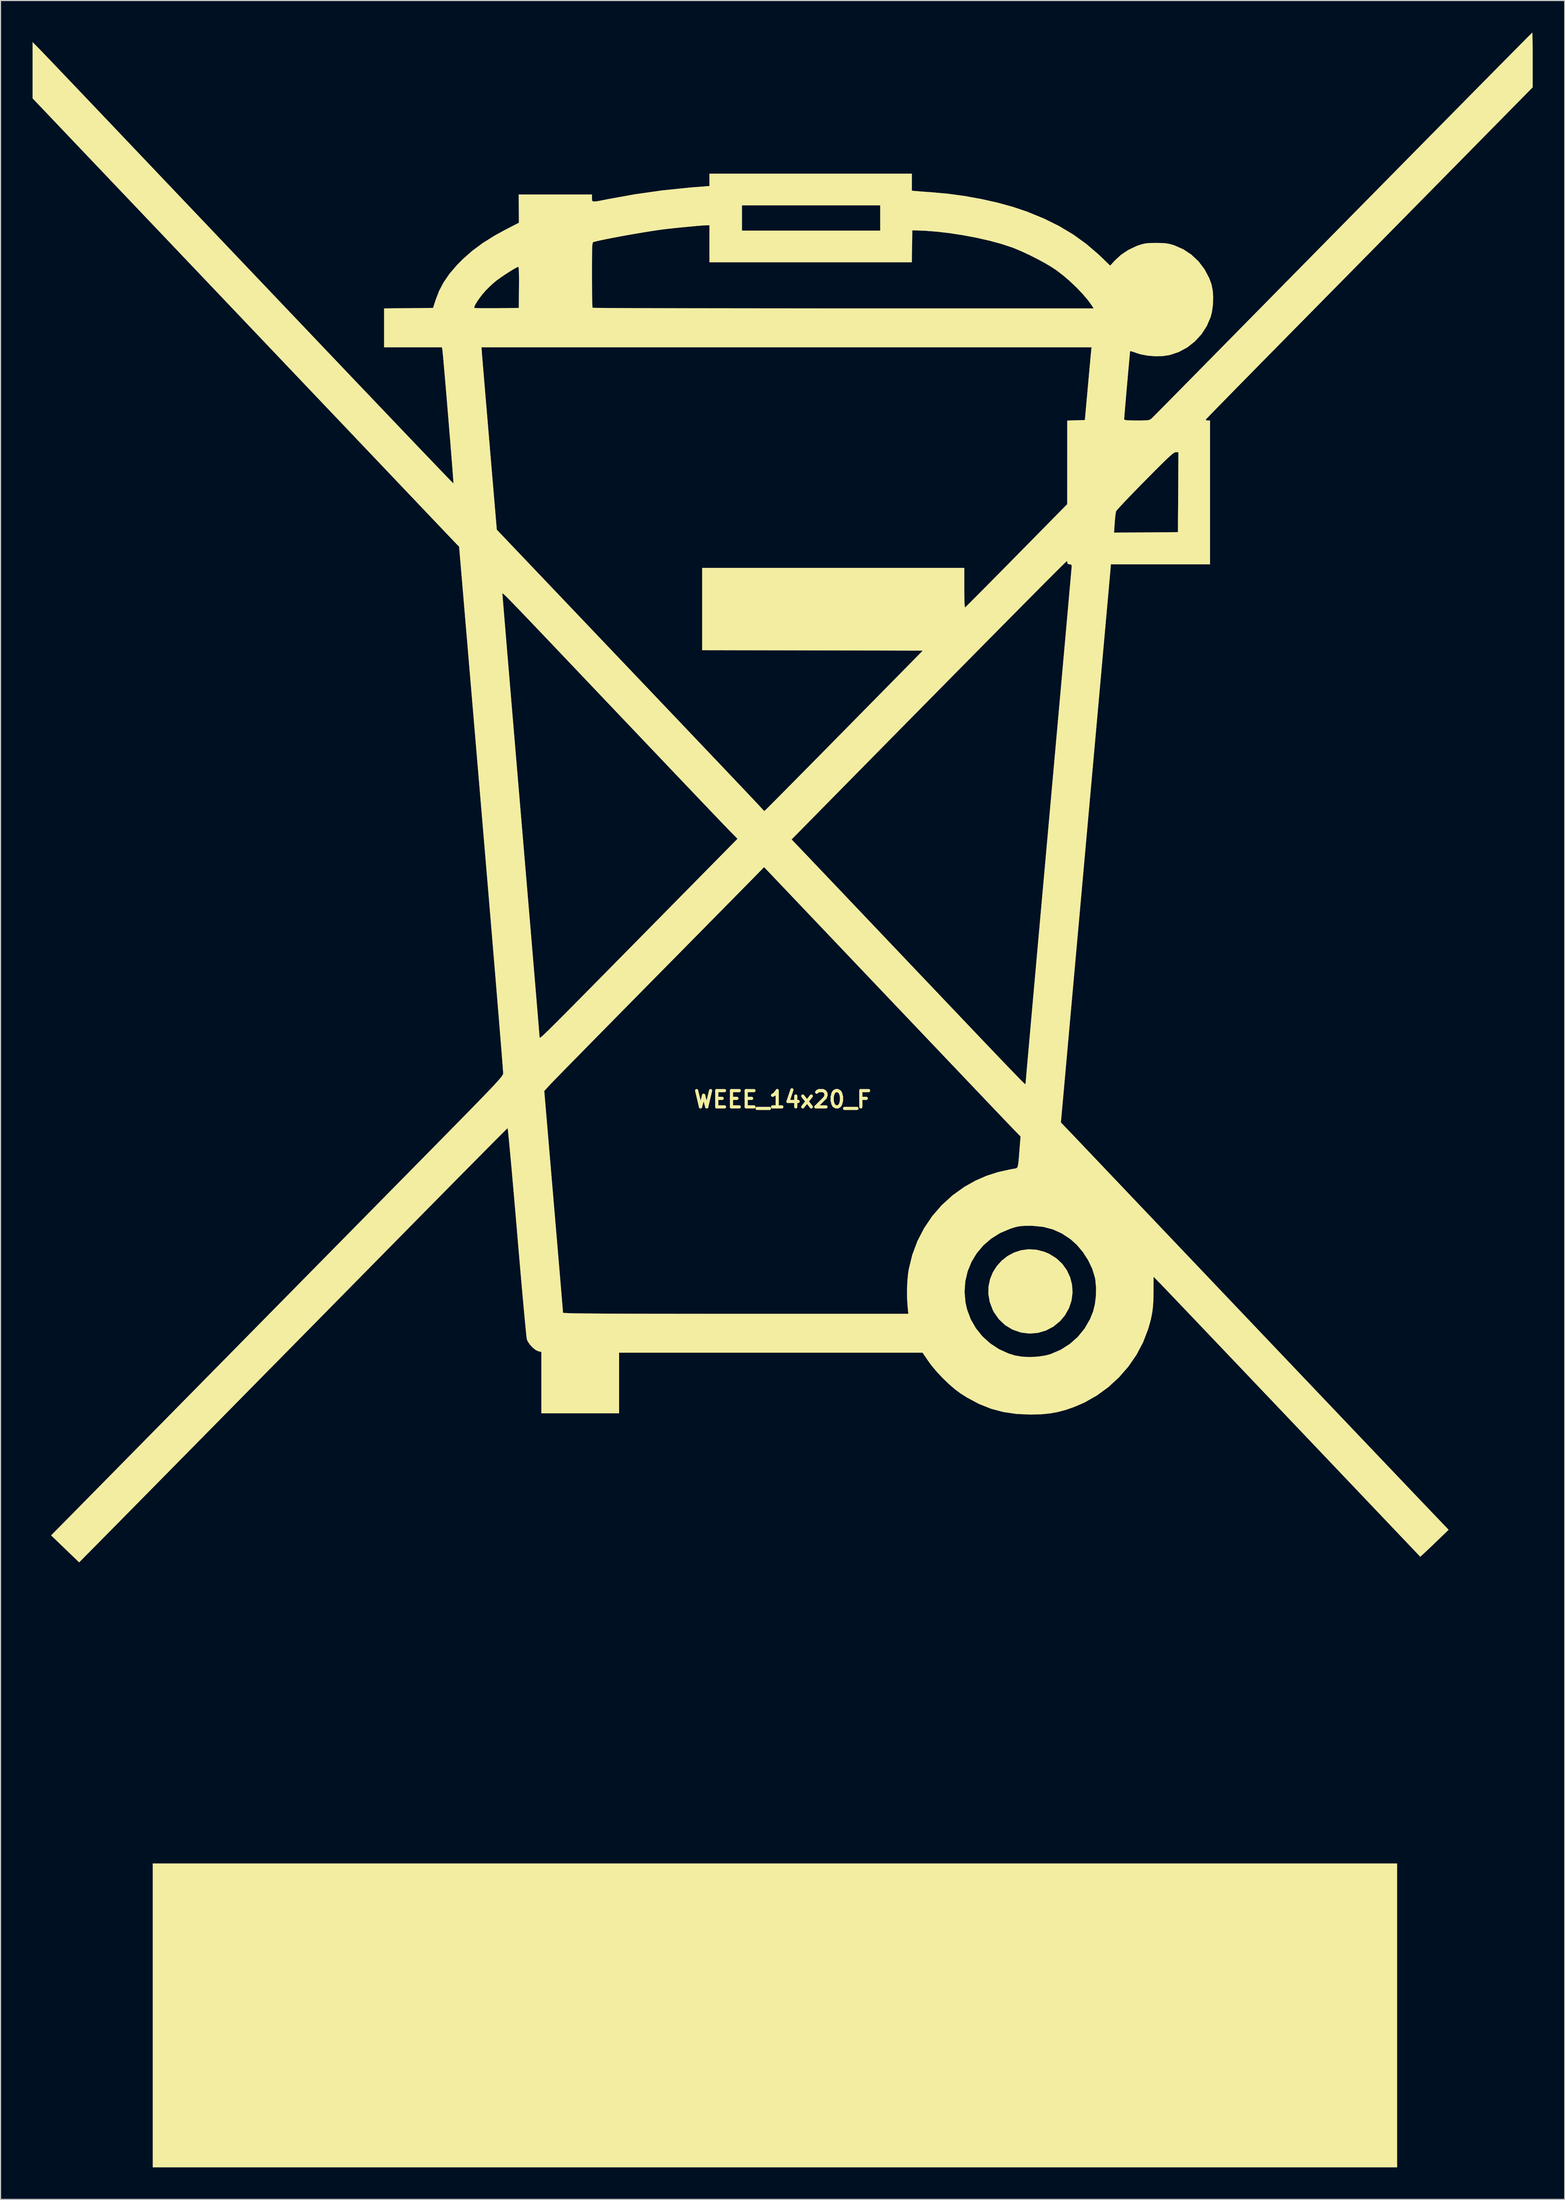
<source format=kicad_pcb>
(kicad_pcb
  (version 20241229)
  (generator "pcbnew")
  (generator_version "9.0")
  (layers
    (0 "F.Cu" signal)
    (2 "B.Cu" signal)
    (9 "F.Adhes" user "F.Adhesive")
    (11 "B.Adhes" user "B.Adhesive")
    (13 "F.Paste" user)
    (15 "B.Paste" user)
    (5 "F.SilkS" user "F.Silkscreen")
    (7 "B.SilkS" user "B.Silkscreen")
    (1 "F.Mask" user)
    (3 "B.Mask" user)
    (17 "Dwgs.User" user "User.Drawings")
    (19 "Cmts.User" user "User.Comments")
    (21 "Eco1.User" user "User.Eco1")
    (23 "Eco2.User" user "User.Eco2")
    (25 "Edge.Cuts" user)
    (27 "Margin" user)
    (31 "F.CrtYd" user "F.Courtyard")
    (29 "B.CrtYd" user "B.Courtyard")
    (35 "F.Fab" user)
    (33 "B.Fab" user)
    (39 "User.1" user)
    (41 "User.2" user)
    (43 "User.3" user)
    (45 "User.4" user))
  (footprint "WEEE_14x20_F"
    (layer "F.Cu")
    (at 70.278 99.912)
    (property "Reference" "WEEE_14x20_F" (at 0 0 0) (layer "F.SilkS") (effects (font (size 1.524 1.524) (thickness 0.3))))
    (attr through_hole)
    (fp_poly (pts (xy 57.573 99.991) (xy -59.013 99.991) (xy -59.013 71.543) (xy 57.573 71.543) (xy 57.573 99.991)) (stroke (width 0.01) (type solid)) (fill yes) (layer "F.SilkS"))
    (fp_poly (pts (xy 23.782 14.066) (xy 24.53 14.26) (xy 24.961 14.443) (xy 25.641 14.863) (xy 26.2 15.384) (xy 26.635 15.988) (xy 26.942 16.653) (xy 27.12 17.359) (xy 27.163 18.087) (xy 27.069 18.817) (xy 26.835 19.529) (xy 26.458 20.201) (xy 25.987 20.762) (xy 25.366 21.268) (xy 24.667 21.634) (xy 23.915 21.852) (xy 23.132 21.916) (xy 22.344 21.82) (xy 22.297 21.808) (xy 21.53 21.539) (xy 20.85 21.127) (xy 20.27 20.584) (xy 19.804 19.923) (xy 19.693 19.712) (xy 19.408 18.961) (xy 19.279 18.219) (xy 19.294 17.497) (xy 19.44 16.81) (xy 19.704 16.169) (xy 20.073 15.588) (xy 20.535 15.079) (xy 21.076 14.655) (xy 21.685 14.329) (xy 22.347 14.114) (xy 23.05 14.022) (xy 23.782 14.066)) (stroke (width 0.01) (type solid)) (fill yes) (layer "F.SilkS"))
    (fp_poly (pts (xy 70.248 -99.825) (xy 70.256 -99.595) (xy 70.262 -99.237) (xy 70.268 -98.772) (xy 70.271 -98.219) (xy 70.273 -97.601) (xy 70.273 -97.345) (xy 70.273 -94.783) (xy 62.683 -87.079) (xy 61.556 -85.935) (xy 60.33 -84.691) (xy 59.025 -83.368) (xy 57.662 -81.985) (xy 56.26 -80.563) (xy 54.839 -79.122) (xy 53.421 -77.683) (xy 52.023 -76.266) (xy 50.668 -74.892) (xy 49.374 -73.58) (xy 48.163 -72.352) (xy 47.379 -71.558) (xy 46.431 -70.596) (xy 45.516 -69.668) (xy 44.641 -68.779) (xy 43.813 -67.937) (xy 43.039 -67.15) (xy 42.326 -66.424) (xy 41.682 -65.767) (xy 41.113 -65.186) (xy 40.626 -64.688) (xy 40.228 -64.28) (xy 39.927 -63.969) (xy 39.729 -63.762) (xy 39.642 -63.668) (xy 39.638 -63.663) (xy 39.688 -63.605) (xy 39.829 -63.585) (xy 40.047 -63.585) (xy 40.047 -50.123) (xy 30.759 -50.123) (xy 30.707 -49.509) (xy 30.695 -49.375) (xy 30.669 -49.08) (xy 30.628 -48.629) (xy 30.575 -48.03) (xy 30.509 -47.289) (xy 30.43 -46.413) (xy 30.34 -45.408) (xy 30.239 -44.282) (xy 30.128 -43.04) (xy 30.007 -41.69) (xy 29.877 -40.239) (xy 29.738 -38.692) (xy 29.592 -37.057) (xy 29.438 -35.341) (xy 29.277 -33.55) (xy 29.11 -31.69) (xy 28.938 -29.77) (xy 28.761 -27.794) (xy 28.579 -25.77) (xy 28.394 -23.705) (xy 28.364 -23.372) (xy 26.073 2.15) (xy 26.528 2.62) (xy 26.661 2.76) (xy 26.901 3.01) (xy 27.236 3.362) (xy 27.656 3.803) (xy 28.151 4.322) (xy 28.708 4.908) (xy 29.319 5.55) (xy 29.973 6.237) (xy 30.658 6.957) (xy 31.167 7.493) (xy 31.878 8.241) (xy 32.673 9.076) (xy 33.544 9.992) (xy 34.485 10.981) (xy 35.488 12.035) (xy 36.546 13.148) (xy 37.653 14.311) (xy 38.801 15.517) (xy 39.983 16.759) (xy 41.191 18.029) (xy 42.42 19.32) (xy 43.661 20.624) (xy 44.908 21.934) (xy 46.153 23.242) (xy 47.39 24.541) (xy 48.611 25.823) (xy 49.809 27.081) (xy 50.977 28.308) (xy 52.108 29.496) (xy 53.195 30.637) (xy 54.23 31.724) (xy 55.207 32.75) (xy 56.119 33.707) (xy 56.958 34.588) (xy 57.717 35.385) (xy 58.39 36.09) (xy 58.968 36.697) (xy 59.446 37.198) (xy 59.815 37.585) (xy 59.877 37.65) (xy 62.399 40.29) (xy 61.489 41.169) (xy 61.127 41.517) (xy 60.769 41.859) (xy 60.451 42.161) (xy 60.21 42.388) (xy 60.163 42.431) (xy 59.748 42.816) (xy 47.855 30.319) (xy 46.677 29.081) (xy 45.524 27.87) (xy 44.403 26.693) (xy 43.321 25.555) (xy 42.281 24.464) (xy 41.292 23.425) (xy 40.357 22.445) (xy 39.484 21.528) (xy 38.678 20.683) (xy 37.945 19.914) (xy 37.29 19.228) (xy 36.72 18.63) (xy 36.241 18.128) (xy 35.857 17.728) (xy 35.576 17.434) (xy 35.403 17.254) (xy 35.359 17.209) (xy 34.756 16.596) (xy 34.753 18.014) (xy 34.74 18.777) (xy 34.698 19.427) (xy 34.62 20.018) (xy 34.498 20.606) (xy 34.324 21.243) (xy 34.234 21.537) (xy 33.763 22.76) (xy 33.142 23.925) (xy 32.385 25.018) (xy 31.507 26.024) (xy 30.522 26.928) (xy 29.442 27.716) (xy 28.284 28.372) (xy 27.335 28.783) (xy 26.528 29.063) (xy 25.777 29.264) (xy 25.028 29.398) (xy 24.226 29.473) (xy 23.318 29.498) (xy 23.241 29.499) (xy 21.918 29.442) (xy 20.692 29.265) (xy 19.532 28.957) (xy 18.407 28.509) (xy 17.288 27.913) (xy 16.679 27.529) (xy 16.151 27.136) (xy 15.574 26.638) (xy 14.987 26.073) (xy 14.431 25.479) (xy 13.942 24.896) (xy 13.645 24.49) (xy 13.114 23.707) (xy -15.325 23.707) (xy -15.325 29.379) (xy -22.606 29.379) (xy -22.606 23.635) (xy -22.871 23.577) (xy -23.129 23.458) (xy -23.414 23.232) (xy -23.681 22.946) (xy -23.884 22.645) (xy -23.961 22.466) (xy -23.981 22.34) (xy -24.013 22.057) (xy -24.058 21.626) (xy -24.113 21.06) (xy -24.179 20.369) (xy -24.253 19.565) (xy -24.336 18.657) (xy -24.425 17.658) (xy -24.521 16.578) (xy -24.621 15.428) (xy -24.725 14.219) (xy -24.832 12.962) (xy -24.88 12.404) (xy -24.987 11.137) (xy -25.092 9.919) (xy -25.192 8.76) (xy -25.288 7.67) (xy -25.378 6.659) (xy -25.461 5.739) (xy -25.537 4.92) (xy -25.603 4.211) (xy -25.66 3.625) (xy -25.706 3.171) (xy -25.741 2.859) (xy -25.763 2.7) (xy -25.769 2.682) (xy -25.835 2.743) (xy -26.013 2.918) (xy -26.298 3.201) (xy -26.683 3.587) (xy -27.161 4.068) (xy -27.728 4.638) (xy -28.375 5.291) (xy -29.098 6.021) (xy -29.89 6.821) (xy -30.745 7.685) (xy -31.657 8.607) (xy -32.618 9.581) (xy -33.624 10.6) (xy -34.668 11.658) (xy -35.709 12.715) (xy -37.661 14.696) (xy -39.575 16.638) (xy -41.448 18.537) (xy -43.274 20.391) (xy -45.052 22.195) (xy -46.778 23.945) (xy -48.447 25.638) (xy -50.055 27.27) (xy -51.601 28.838) (xy -53.079 30.337) (xy -54.486 31.764) (xy -55.819 33.116) (xy -57.074 34.388) (xy -58.247 35.578) (xy -59.334 36.68) (xy -60.332 37.692) (xy -61.238 38.61) (xy -62.047 39.43) (xy -62.756 40.149) (xy -63.362 40.762) (xy -63.86 41.266) (xy -64.247 41.658) (xy -64.52 41.934) (xy -64.554 41.968) (xy -65.913 43.339) (xy -67.225 42.077) (xy -68.538 40.814) (xy -67.175 39.436) (xy -66.977 39.235) (xy -66.667 38.921) (xy -66.251 38.499) (xy -65.736 37.977) (xy -65.128 37.36) (xy -64.435 36.657) (xy -63.662 35.873) (xy -62.816 35.015) (xy -61.905 34.09) (xy -60.933 33.105) (xy -59.909 32.066) (xy -58.839 30.98) (xy -57.728 29.853) (xy -56.585 28.693) (xy -55.415 27.506) (xy -54.225 26.298) (xy -54.132 26.204) (xy -52.815 24.867) (xy -51.442 23.475) (xy -50.029 22.04) (xy -48.585 20.575) (xy -47.125 19.094) (xy -45.66 17.607) (xy -44.203 16.129) (xy -42.766 14.671) (xy -41.361 13.245) (xy -40.001 11.866) (xy -38.699 10.544) (xy -37.466 9.293) (xy -36.315 8.126) (xy -35.258 7.054) (xy -34.328 6.11) (xy -33.178 4.944) (xy -32.142 3.892) (xy -31.213 2.948) (xy -30.386 2.106) (xy -29.654 1.36) (xy -29.012 0.704) (xy -28.454 0.131) (xy -27.974 -0.364) (xy -27.566 -0.788) (xy -27.554 -0.801) (xy -22.334 -0.801) (xy -21.457 9.527) (xy -21.346 10.834) (xy -21.239 12.095) (xy -21.136 13.3) (xy -21.04 14.438) (xy -20.95 15.498) (xy -20.868 16.471) (xy -20.795 17.346) (xy -20.73 18.113) (xy -20.676 18.761) (xy -20.632 19.28) (xy -20.601 19.66) (xy -20.582 19.89) (xy -20.577 19.96) (xy -20.546 19.973) (xy -20.452 19.985) (xy -20.287 19.997) (xy -20.046 20.007) (xy -19.723 20.016) (xy -19.311 20.024) (xy -18.805 20.031) (xy -18.199 20.038) (xy -17.487 20.044) (xy -16.662 20.049) (xy -15.718 20.053) (xy -14.65 20.056) (xy -13.452 20.059) (xy -12.117 20.062) (xy -10.639 20.063) (xy -9.013 20.065) (xy -7.232 20.066) (xy -5.291 20.066) (xy -4.397 20.066) (xy 11.78 20.066) (xy 11.711 19.367) (xy 11.664 18.643) (xy 11.658 17.997) (xy 17.046 17.997) (xy 17.132 18.988) (xy 17.278 19.645) (xy 17.619 20.565) (xy 18.104 21.413) (xy 18.718 22.174) (xy 19.445 22.833) (xy 20.272 23.376) (xy 21.182 23.789) (xy 21.775 23.971) (xy 22.427 24.081) (xy 23.164 24.116) (xy 23.924 24.076) (xy 24.641 23.965) (xy 25.104 23.84) (xy 26.052 23.434) (xy 26.908 22.891) (xy 27.66 22.224) (xy 28.296 21.443) (xy 28.804 20.562) (xy 29.089 19.854) (xy 29.259 19.172) (xy 29.353 18.405) (xy 29.368 17.618) (xy 29.3 16.88) (xy 29.263 16.679) (xy 29.017 15.869) (xy 28.634 15.058) (xy 28.138 14.288) (xy 27.556 13.599) (xy 26.971 13.076) (xy 26.161 12.541) (xy 25.317 12.16) (xy 24.416 11.924) (xy 23.435 11.827) (xy 23.156 11.823) (xy 22.694 11.829) (xy 22.342 11.85) (xy 22.043 11.894) (xy 21.739 11.969) (xy 21.37 12.086) (xy 21.317 12.104) (xy 20.374 12.505) (xy 19.532 13.032) (xy 18.799 13.668) (xy 18.183 14.401) (xy 17.692 15.215) (xy 17.334 16.095) (xy 17.116 17.028) (xy 17.046 17.997) (xy 11.658 17.997) (xy 11.657 17.856) (xy 11.686 17.07) (xy 11.751 16.345) (xy 11.815 15.913) (xy 12.146 14.555) (xy 12.628 13.263) (xy 13.255 12.049) (xy 14.017 10.922) (xy 14.908 9.893) (xy 15.919 8.973) (xy 17.042 8.171) (xy 18.093 7.584) (xy 19.103 7.144) (xy 20.167 6.801) (xy 21.331 6.541) (xy 21.695 6.478) (xy 21.82 6.457) (xy 21.914 6.426) (xy 21.984 6.361) (xy 22.035 6.241) (xy 22.075 6.041) (xy 22.111 5.741) (xy 22.148 5.316) (xy 22.192 4.757) (xy 22.294 3.46) (xy 21.7 2.852) (xy 21.626 2.775) (xy 21.52 2.666) (xy 21.381 2.521) (xy 21.203 2.335) (xy 20.983 2.106) (xy 20.719 1.829) (xy 20.406 1.501) (xy 20.042 1.119) (xy 19.622 0.679) (xy 19.143 0.176) (xy 18.602 -0.392) (xy 17.995 -1.029) (xy 17.319 -1.739) (xy 16.571 -2.525) (xy 15.746 -3.391) (xy 14.842 -4.341) (xy 13.855 -5.379) (xy 12.781 -6.507) (xy 11.617 -7.73) (xy 10.36 -9.051) (xy 9.006 -10.474) (xy 7.552 -12.003) (xy 5.994 -13.64) (xy 4.328 -15.391) (xy 2.552 -17.257) (xy 1.185 -18.694) (xy -1.736 -21.764) (xy -2.713 -20.767) (xy -2.887 -20.59) (xy -3.172 -20.3) (xy -3.561 -19.905) (xy -4.046 -19.413) (xy -4.62 -18.831) (xy -5.276 -18.166) (xy -6.005 -17.427) (xy -6.8 -16.621) (xy -7.653 -15.756) (xy -8.558 -14.839) (xy -9.506 -13.878) (xy -10.49 -12.881) (xy -11.503 -11.856) (xy -12.492 -10.853) (xy -13.516 -9.816) (xy -14.512 -8.806) (xy -15.475 -7.829) (xy -16.397 -6.893) (xy -17.272 -6.005) (xy -18.091 -5.173) (xy -18.847 -4.403) (xy -19.535 -3.703) (xy -20.147 -3.08) (xy -20.675 -2.541) (xy -21.112 -2.094) (xy -21.452 -1.745) (xy -21.688 -1.502) (xy -21.811 -1.371) (xy -21.814 -1.369) (xy -22.334 -0.801) (xy -27.554 -0.801) (xy -27.225 -1.147) (xy -26.945 -1.446) (xy -26.719 -1.693) (xy -26.542 -1.893) (xy -26.408 -2.052) (xy -26.312 -2.177) (xy -26.246 -2.273) (xy -26.207 -2.347) (xy -26.187 -2.405) (xy -26.181 -2.441) (xy -26.186 -2.55) (xy -26.205 -2.821) (xy -26.237 -3.248) (xy -26.282 -3.823) (xy -26.339 -4.539) (xy -26.408 -5.391) (xy -26.488 -6.371) (xy -26.578 -7.472) (xy -26.678 -8.689) (xy -26.787 -10.013) (xy -26.905 -11.439) (xy -27.032 -12.959) (xy -27.166 -14.567) (xy -27.307 -16.257) (xy -27.455 -18.02) (xy -27.608 -19.852) (xy -27.768 -21.744) (xy -27.932 -23.69) (xy -28.1 -25.684) (xy -28.233 -27.259) (xy -29.938 -47.392) (xy -26.269 -47.392) (xy -26.266 -47.366) (xy -26.258 -47.332) (xy -26.25 -47.296) (xy -26.247 -47.263) (xy -26.24 -47.159) (xy -26.219 -46.894) (xy -26.185 -46.475) (xy -26.139 -45.91) (xy -26.081 -45.205) (xy -26.011 -44.368) (xy -25.931 -43.406) (xy -25.841 -42.327) (xy -25.742 -41.139) (xy -25.633 -39.847) (xy -25.517 -38.461) (xy -25.393 -36.986) (xy -25.262 -35.431) (xy -25.125 -33.803) (xy -24.982 -32.109) (xy -24.834 -30.357) (xy -24.682 -28.553) (xy -24.526 -26.706) (xy -24.511 -26.534) (xy -24.354 -24.683) (xy -24.202 -22.876) (xy -24.053 -21.119) (xy -23.91 -19.42) (xy -23.772 -17.787) (xy -23.64 -16.226) (xy -23.516 -14.745) (xy -23.399 -13.352) (xy -23.289 -12.053) (xy -23.189 -10.856) (xy -23.098 -9.768) (xy -23.017 -8.797) (xy -22.946 -7.95) (xy -22.887 -7.234) (xy -22.839 -6.657) (xy -22.804 -6.227) (xy -22.782 -5.949) (xy -22.773 -5.832) (xy -22.773 -5.83) (xy -22.772 -5.804) (xy -22.767 -5.784) (xy -22.753 -5.776) (xy -22.726 -5.784) (xy -22.679 -5.813) (xy -22.608 -5.868) (xy -22.509 -5.954) (xy -22.377 -6.075) (xy -22.206 -6.237) (xy -21.991 -6.444) (xy -21.729 -6.702) (xy -21.413 -7.014) (xy -21.039 -7.387) (xy -20.602 -7.825) (xy -20.098 -8.332) (xy -19.52 -8.914) (xy -18.865 -9.575) (xy -18.128 -10.321) (xy -17.303 -11.157) (xy -16.385 -12.086) (xy -15.371 -13.115) (xy -14.254 -14.247) (xy -13.03 -15.488) (xy -11.694 -16.843) (xy -11.109 -17.437) (xy -4.289 -24.354) (xy 0.84 -24.354) (xy 1.214 -23.967) (xy 1.323 -23.853) (xy 1.541 -23.625) (xy 1.859 -23.292) (xy 2.269 -22.862) (xy 2.762 -22.344) (xy 3.331 -21.746) (xy 3.967 -21.078) (xy 4.661 -20.348) (xy 5.407 -19.565) (xy 6.194 -18.737) (xy 7.016 -17.873) (xy 7.709 -17.145) (xy 8.667 -16.138) (xy 9.677 -15.076) (xy 10.722 -13.978) (xy 11.785 -12.86) (xy 12.849 -11.741) (xy 13.898 -10.64) (xy 14.913 -9.573) (xy 15.878 -8.558) (xy 16.775 -7.615) (xy 17.589 -6.759) (xy 18.239 -6.076) (xy 18.946 -5.334) (xy 19.62 -4.628) (xy 20.251 -3.968) (xy 20.831 -3.364) (xy 21.35 -2.826) (xy 21.798 -2.362) (xy 22.168 -1.982) (xy 22.449 -1.695) (xy 22.633 -1.512) (xy 22.71 -1.441) (xy 22.712 -1.441) (xy 22.763 -1.511) (xy 22.775 -1.612) (xy 22.783 -1.71) (xy 22.805 -1.97) (xy 22.841 -2.385) (xy 22.89 -2.948) (xy 22.952 -3.653) (xy 23.027 -4.492) (xy 23.112 -5.46) (xy 23.209 -6.55) (xy 23.316 -7.754) (xy 23.433 -9.066) (xy 23.559 -10.479) (xy 23.694 -11.986) (xy 23.836 -13.582) (xy 23.986 -15.258) (xy 24.143 -17.008) (xy 24.305 -18.826) (xy 24.474 -20.704) (xy 24.647 -22.636) (xy 24.824 -24.616) (xy 24.934 -25.84) (xy 25.114 -27.844) (xy 25.29 -29.805) (xy 25.461 -31.715) (xy 25.627 -33.569) (xy 25.788 -35.359) (xy 25.942 -37.079) (xy 26.089 -38.721) (xy 26.228 -40.28) (xy 26.36 -41.748) (xy 26.482 -43.119) (xy 26.595 -44.386) (xy 26.698 -45.542) (xy 26.791 -46.581) (xy 26.872 -47.496) (xy 26.942 -48.28) (xy 26.999 -48.926) (xy 27.043 -49.428) (xy 27.074 -49.778) (xy 27.091 -49.971) (xy 27.093 -50.009) (xy 27.02 -50.096) (xy 26.876 -50.123) (xy 26.715 -50.155) (xy 26.684 -50.267) (xy 26.684 -50.271) (xy 26.669 -50.395) (xy 26.629 -50.419) (xy 26.56 -50.359) (xy 26.372 -50.179) (xy 26.069 -49.88) (xy 25.65 -49.464) (xy 25.117 -48.931) (xy 24.47 -48.283) (xy 23.712 -47.521) (xy 22.842 -46.645) (xy 21.863 -45.658) (xy 20.775 -44.559) (xy 19.579 -43.351) (xy 18.277 -42.034) (xy 16.869 -40.609) (xy 15.357 -39.078) (xy 13.741 -37.441) (xy 12.023 -35.7) (xy 10.204 -33.856) (xy 8.285 -31.909) (xy 6.267 -29.862) (xy 4.797 -28.37) (xy 0.84 -24.354) (xy -4.289 -24.354) (xy -4.227 -24.417) (xy -5.023 -25.226) (xy -5.17 -25.378) (xy -5.427 -25.645) (xy -5.787 -26.02) (xy -6.243 -26.497) (xy -6.788 -27.067) (xy -7.415 -27.724) (xy -8.118 -28.461) (xy -8.889 -29.27) (xy -9.722 -30.144) (xy -10.61 -31.076) (xy -11.545 -32.059) (xy -12.522 -33.085) (xy -13.533 -34.147) (xy -14.571 -35.238) (xy -15.2 -35.899) (xy -16.539 -37.306) (xy -17.765 -38.596) (xy -18.885 -39.774) (xy -19.902 -40.844) (xy -20.823 -41.811) (xy -21.65 -42.68) (xy -22.39 -43.457) (xy -23.047 -44.147) (xy -23.626 -44.753) (xy -24.132 -45.282) (xy -24.57 -45.739) (xy -24.944 -46.127) (xy -25.26 -46.454) (xy -25.522 -46.722) (xy -25.735 -46.938) (xy -25.905 -47.106) (xy -26.035 -47.231) (xy -26.131 -47.318) (xy -26.197 -47.373) (xy -26.239 -47.401) (xy -26.261 -47.405) (xy -26.269 -47.392) (xy -29.938 -47.392) (xy -30.309 -51.767) (xy -30.72 -52.193) (xy -30.827 -52.304) (xy -31.043 -52.531) (xy -31.362 -52.865) (xy -31.776 -53.301) (xy -32.28 -53.829) (xy -32.865 -54.444) (xy -33.525 -55.138) (xy -34.254 -55.903) (xy -35.043 -56.733) (xy -35.887 -57.619) (xy -36.777 -58.556) (xy -37.708 -59.534) (xy -38.672 -60.547) (xy -39.506 -61.423) (xy -40.502 -62.471) (xy -41.602 -63.627) (xy -42.794 -64.879) (xy -44.063 -66.213) (xy -45.397 -67.615) (xy -46.783 -69.072) (xy -48.208 -70.569) (xy -49.659 -72.094) (xy -51.123 -73.633) (xy -52.587 -75.171) (xy -54.039 -76.697) (xy -55.465 -78.195) (xy -56.852 -79.652) (xy -58.187 -81.055) (xy -59.076 -81.989) (xy -70.273 -93.752) (xy -70.273 -99.016) (xy -69.647 -98.382) (xy -69.512 -98.243) (xy -69.269 -97.99) (xy -68.923 -97.629) (xy -68.483 -97.17) (xy -67.957 -96.619) (xy -67.351 -95.984) (xy -66.674 -95.274) (xy -65.932 -94.496) (xy -65.134 -93.659) (xy -64.286 -92.769) (xy -63.397 -91.835) (xy -62.473 -90.864) (xy -61.523 -89.865) (xy -61.209 -89.535) (xy -58.739 -86.939) (xy -56.385 -84.464) (xy -54.144 -82.11) (xy -52.016 -79.873) (xy -49.999 -77.754) (xy -48.092 -75.75) (xy -46.293 -73.861) (xy -44.601 -72.084) (xy -43.015 -70.418) (xy -41.532 -68.862) (xy -40.153 -67.414) (xy -38.874 -66.073) (xy -37.696 -64.837) (xy -36.617 -63.705) (xy -35.634 -62.676) (xy -34.748 -61.748) (xy -33.956 -60.919) (xy -33.257 -60.189) (xy -32.649 -59.555) (xy -32.132 -59.016) (xy -31.704 -58.572) (xy -31.364 -58.219) (xy -31.109 -57.958) (xy -30.94 -57.785) (xy -30.854 -57.701) (xy -30.841 -57.692) (xy -30.843 -57.778) (xy -30.859 -58.018) (xy -30.886 -58.394) (xy -30.923 -58.89) (xy -30.97 -59.491) (xy -31.025 -60.181) (xy -31.086 -60.944) (xy -31.152 -61.762) (xy -31.223 -62.622) (xy -31.296 -63.505) (xy -31.37 -64.398) (xy -31.443 -65.282) (xy -31.516 -66.143) (xy -31.586 -66.965) (xy -31.651 -67.73) (xy -31.711 -68.424) (xy -31.765 -69.03) (xy -31.81 -69.533) (xy -31.846 -69.915) (xy -31.871 -70.162) (xy -31.883 -70.252) (xy -31.923 -70.443) (xy -28.218 -70.443) (xy -28.161 -69.702) (xy -28.145 -69.509) (xy -28.117 -69.161) (xy -28.076 -68.671) (xy -28.024 -68.051) (xy -27.962 -67.316) (xy -27.892 -66.479) (xy -27.814 -65.553) (xy -27.729 -64.551) (xy -27.639 -63.487) (xy -27.545 -62.373) (xy -27.448 -61.223) (xy -27.443 -61.161) (xy -26.782 -53.36) (xy -21.671 -47.995) (xy -19.832 -46.065) (xy -18.107 -44.254) (xy -16.492 -42.558) (xy -14.983 -40.974) (xy -13.577 -39.498) (xy -12.271 -38.126) (xy -11.062 -36.856) (xy -9.945 -35.683) (xy -8.917 -34.603) (xy -7.976 -33.614) (xy -7.117 -32.711) (xy -6.337 -31.891) (xy -5.632 -31.15) (xy -5 -30.485) (xy -4.437 -29.891) (xy -3.939 -29.367) (xy -3.502 -28.907) (xy -3.125 -28.508) (xy -2.802 -28.167) (xy -2.531 -27.879) (xy -2.308 -27.642) (xy -2.13 -27.452) (xy -1.994 -27.305) (xy -1.895 -27.198) (xy -1.831 -27.126) (xy -1.797 -27.087) (xy -1.791 -27.077) (xy -1.709 -27.022) (xy -1.694 -27.026) (xy -1.627 -27.088) (xy -1.449 -27.264) (xy -1.166 -27.546) (xy -0.786 -27.927) (xy -0.317 -28.399) (xy 0.236 -28.956) (xy 0.863 -29.589) (xy 1.559 -30.293) (xy 2.316 -31.058) (xy 3.127 -31.879) (xy 3.985 -32.748) (xy 4.881 -33.658) (xy 5.755 -34.544) (xy 13.136 -42.037) (xy 2.8 -42.059) (xy -7.535 -42.08) (xy -7.535 -49.784) (xy 17.018 -49.784) (xy 17.018 -47.914) (xy 17.021 -47.374) (xy 17.03 -46.898) (xy 17.043 -46.509) (xy 17.059 -46.231) (xy 17.079 -46.087) (xy 17.089 -46.073) (xy 17.158 -46.136) (xy 17.336 -46.311) (xy 17.616 -46.589) (xy 17.987 -46.96) (xy 18.44 -47.415) (xy 18.967 -47.945) (xy 19.558 -48.542) (xy 20.205 -49.195) (xy 20.897 -49.896) (xy 21.627 -50.637) (xy 21.914 -50.927) (xy 24.038 -53.084) (xy 31.052 -53.084) (xy 34.047 -53.106) (xy 37.042 -53.128) (xy 37.086 -60.621) (xy 36.842 -60.621) (xy 36.769 -60.607) (xy 36.67 -60.557) (xy 36.535 -60.461) (xy 36.354 -60.309) (xy 36.116 -60.092) (xy 35.809 -59.8) (xy 35.424 -59.422) (xy 34.949 -58.948) (xy 34.374 -58.369) (xy 33.959 -57.95) (xy 33.407 -57.388) (xy 32.891 -56.859) (xy 32.423 -56.374) (xy 32.016 -55.947) (xy 31.683 -55.592) (xy 31.436 -55.321) (xy 31.287 -55.147) (xy 31.248 -55.091) (xy 31.212 -54.93) (xy 31.174 -54.645) (xy 31.137 -54.281) (xy 31.114 -53.993) (xy 31.052 -53.084) (xy 24.038 -53.084) (xy 26.668 -55.753) (xy 26.669 -59.666) (xy 26.67 -63.579) (xy 27.495 -63.603) (xy 28.321 -63.627) (xy 28.588 -66.59) (xy 28.652 -67.302) (xy 28.713 -67.978) (xy 28.77 -68.596) (xy 28.819 -69.132) (xy 28.858 -69.563) (xy 28.887 -69.866) (xy 28.899 -69.998) (xy 28.944 -70.443) (xy -28.218 -70.443) (xy -31.923 -70.443) (xy -37.338 -70.443) (xy -37.338 -74.081) (xy -35.045 -74.103) (xy -32.752 -74.126) (xy -32.749 -74.136) (xy -28.894 -74.136) (xy -28.89 -74.13) (xy -28.795 -74.117) (xy -28.554 -74.108) (xy -28.192 -74.101) (xy -27.731 -74.098) (xy -27.196 -74.1) (xy -26.779 -74.103) (xy -24.719 -74.126) (xy -24.699 -76.052) (xy -24.696 -76.74) (xy -24.7 -77.224) (xy -17.865 -77.224) (xy -17.863 -76.524) (xy -17.859 -75.878) (xy -17.852 -75.306) (xy -17.843 -74.826) (xy -17.832 -74.459) (xy -17.82 -74.224) (xy -17.808 -74.14) (xy -17.72 -74.135) (xy -17.469 -74.13) (xy -17.063 -74.126) (xy -16.507 -74.121) (xy -15.81 -74.117) (xy -14.977 -74.113) (xy -14.016 -74.109) (xy -12.934 -74.106) (xy -11.737 -74.102) (xy -10.432 -74.099) (xy -9.026 -74.096) (xy -7.526 -74.093) (xy -5.939 -74.091) (xy -4.271 -74.089) (xy -2.53 -74.087) (xy -0.721 -74.085) (xy 1.147 -74.084) (xy 3.069 -74.084) (xy 5.036 -74.083) (xy 5.697 -74.083) (xy 29.145 -74.083) (xy 28.996 -74.316) (xy 28.615 -74.845) (xy 28.119 -75.428) (xy 27.54 -76.035) (xy 26.911 -76.632) (xy 26.262 -77.19) (xy 25.649 -77.659) (xy 25.154 -77.985) (xy 24.54 -78.345) (xy 23.852 -78.717) (xy 23.129 -79.08) (xy 22.415 -79.413) (xy 21.752 -79.694) (xy 21.469 -79.802) (xy 20.494 -80.121) (xy 19.391 -80.42) (xy 18.198 -80.692) (xy 16.955 -80.928) (xy 15.701 -81.122) (xy 14.477 -81.267) (xy 13.321 -81.355) (xy 12.827 -81.374) (xy 12.15 -81.392) (xy 12.127 -79.897) (xy 12.103 -78.401) (xy -6.858 -78.401) (xy -6.858 -81.873) (xy -7.048 -81.872) (xy -7.249 -81.863) (xy -7.585 -81.839) (xy -8.027 -81.803) (xy -8.541 -81.757) (xy -9.095 -81.705) (xy -9.659 -81.65) (xy -10.201 -81.594) (xy -10.687 -81.542) (xy -11.087 -81.494) (xy -11.134 -81.489) (xy -11.679 -81.414) (xy -12.312 -81.318) (xy -13.008 -81.207) (xy -13.741 -81.083) (xy -14.485 -80.954) (xy -15.214 -80.822) (xy -15.902 -80.692) (xy -16.524 -80.57) (xy -17.054 -80.46) (xy -17.466 -80.366) (xy -17.716 -80.299) (xy -17.756 -80.277) (xy -17.787 -80.226) (xy -17.812 -80.132) (xy -17.831 -79.976) (xy -17.845 -79.743) (xy -17.854 -79.415) (xy -17.86 -78.978) (xy -17.863 -78.413) (xy -17.865 -77.705) (xy -17.865 -77.224) (xy -24.7 -77.224) (xy -24.7 -77.268) (xy -24.712 -77.644) (xy -24.734 -77.876) (xy -24.764 -77.974) (xy -24.773 -77.978) (xy -24.892 -77.933) (xy -25.117 -77.809) (xy -25.42 -77.628) (xy -25.768 -77.408) (xy -26.132 -77.168) (xy -26.479 -76.93) (xy -26.78 -76.711) (xy -26.822 -76.679) (xy -27.122 -76.428) (xy -27.468 -76.109) (xy -27.795 -75.78) (xy -27.865 -75.706) (xy -28.129 -75.399) (xy -28.382 -75.071) (xy -28.604 -74.752) (xy -28.777 -74.469) (xy -28.88 -74.254) (xy -28.894 -74.136) (xy -32.749 -74.136) (xy -32.516 -74.861) (xy -32.187 -75.719) (xy -31.761 -76.527) (xy -31.221 -77.312) (xy -30.549 -78.101) (xy -29.95 -78.708) (xy -29.073 -79.48) (xy -28.094 -80.205) (xy -26.988 -80.897) (xy -25.968 -81.454) (xy -24.706 -82.105) (xy -24.721 -83.735) (xy -3.81 -83.735) (xy -3.81 -81.365) (xy 9.144 -81.365) (xy 9.144 -83.735) (xy -3.81 -83.735) (xy -24.721 -83.735) (xy -24.73 -84.751) (xy -17.865 -84.751) (xy -17.865 -84.413) (xy -17.864 -84.272) (xy -17.846 -84.171) (xy -17.79 -84.111) (xy -17.672 -84.089) (xy -17.47 -84.104) (xy -17.163 -84.155) (xy -16.727 -84.24) (xy -16.333 -84.32) (xy -13.836 -84.77) (xy -11.27 -85.133) (xy -8.714 -85.397) (xy -8.234 -85.435) (xy -6.858 -85.54) (xy -6.858 -86.699) (xy 12.107 -86.699) (xy 12.107 -85.103) (xy 12.636 -85.057) (xy 12.979 -85.028) (xy 13.409 -84.996) (xy 13.844 -84.966) (xy 13.928 -84.96) (xy 15.48 -84.821) (xy 17.06 -84.606) (xy 18.63 -84.323) (xy 20.151 -83.981) (xy 21.584 -83.586) (xy 22.892 -83.147) (xy 22.926 -83.134) (xy 24.493 -82.491) (xy 25.92 -81.784) (xy 27.23 -81.001) (xy 28.444 -80.127) (xy 29.584 -79.15) (xy 29.845 -78.902) (xy 30.692 -78.085) (xy 31.115 -78.554) (xy 31.697 -79.092) (xy 32.396 -79.559) (xy 33.165 -79.923) (xy 33.326 -79.982) (xy 33.645 -80.085) (xy 33.923 -80.152) (xy 34.214 -80.191) (xy 34.571 -80.208) (xy 35.01 -80.212) (xy 35.488 -80.205) (xy 35.852 -80.183) (xy 36.157 -80.138) (xy 36.459 -80.062) (xy 36.703 -79.985) (xy 37.542 -79.619) (xy 38.304 -79.112) (xy 38.974 -78.48) (xy 39.536 -77.741) (xy 39.974 -76.911) (xy 40.185 -76.327) (xy 40.3 -75.756) (xy 40.343 -75.093) (xy 40.316 -74.397) (xy 40.221 -73.728) (xy 40.103 -73.272) (xy 39.743 -72.43) (xy 39.246 -71.664) (xy 38.631 -70.992) (xy 37.916 -70.431) (xy 37.122 -70) (xy 36.269 -69.716) (xy 35.64 -69.621) (xy 34.936 -69.602) (xy 34.222 -69.656) (xy 33.56 -69.778) (xy 33.203 -69.887) (xy 32.909 -69.992) (xy 32.685 -70.064) (xy 32.57 -70.091) (xy 32.563 -70.089) (xy 32.552 -70.002) (xy 32.528 -69.769) (xy 32.494 -69.412) (xy 32.452 -68.954) (xy 32.403 -68.417) (xy 32.35 -67.825) (xy 32.295 -67.198) (xy 32.239 -66.561) (xy 32.184 -65.936) (xy 32.134 -65.344) (xy 32.088 -64.809) (xy 32.05 -64.354) (xy 32.022 -64) (xy 32.005 -63.77) (xy 32.001 -63.691) (xy 32.047 -63.646) (xy 32.196 -63.615) (xy 32.466 -63.595) (xy 32.876 -63.586) (xy 33.185 -63.585) (xy 33.657 -63.586) (xy 33.992 -63.594) (xy 34.22 -63.613) (xy 34.371 -63.646) (xy 34.478 -63.699) (xy 34.571 -63.774) (xy 34.572 -63.775) (xy 34.659 -63.86) (xy 34.856 -64.058) (xy 35.156 -64.36) (xy 35.551 -64.759) (xy 36.033 -65.246) (xy 36.594 -65.813) (xy 37.225 -66.453) (xy 37.92 -67.157) (xy 38.669 -67.917) (xy 39.465 -68.725) (xy 40.301 -69.572) (xy 41.167 -70.452) (xy 41.202 -70.487) (xy 42.771 -72.081) (xy 44.34 -73.673) (xy 45.904 -75.261) (xy 47.458 -76.838) (xy 48.999 -78.401) (xy 50.521 -79.945) (xy 52.02 -81.466) (xy 53.491 -82.958) (xy 54.931 -84.418) (xy 56.334 -85.84) (xy 57.696 -87.221) (xy 59.012 -88.556) (xy 60.279 -89.839) (xy 61.491 -91.067) (xy 62.644 -92.235) (xy 63.733 -93.338) (xy 64.754 -94.372) (xy 65.703 -95.333) (xy 66.575 -96.215) (xy 67.365 -97.014) (xy 68.069 -97.725) (xy 68.683 -98.345) (xy 69.201 -98.868) (xy 69.62 -99.29) (xy 69.935 -99.606) (xy 70.141 -99.811) (xy 70.234 -99.902) (xy 70.239 -99.907) (xy 70.248 -99.825)) (stroke (width 0.01) (type solid)) (fill yes) (layer "F.SilkS")))
  (gr_rect
    (start -3 -3)
    (end 143.557 202.908)
    (stroke (width 0.1) (type default))
    (fill no)
    (layer "Edge.Cuts")))
</source>
